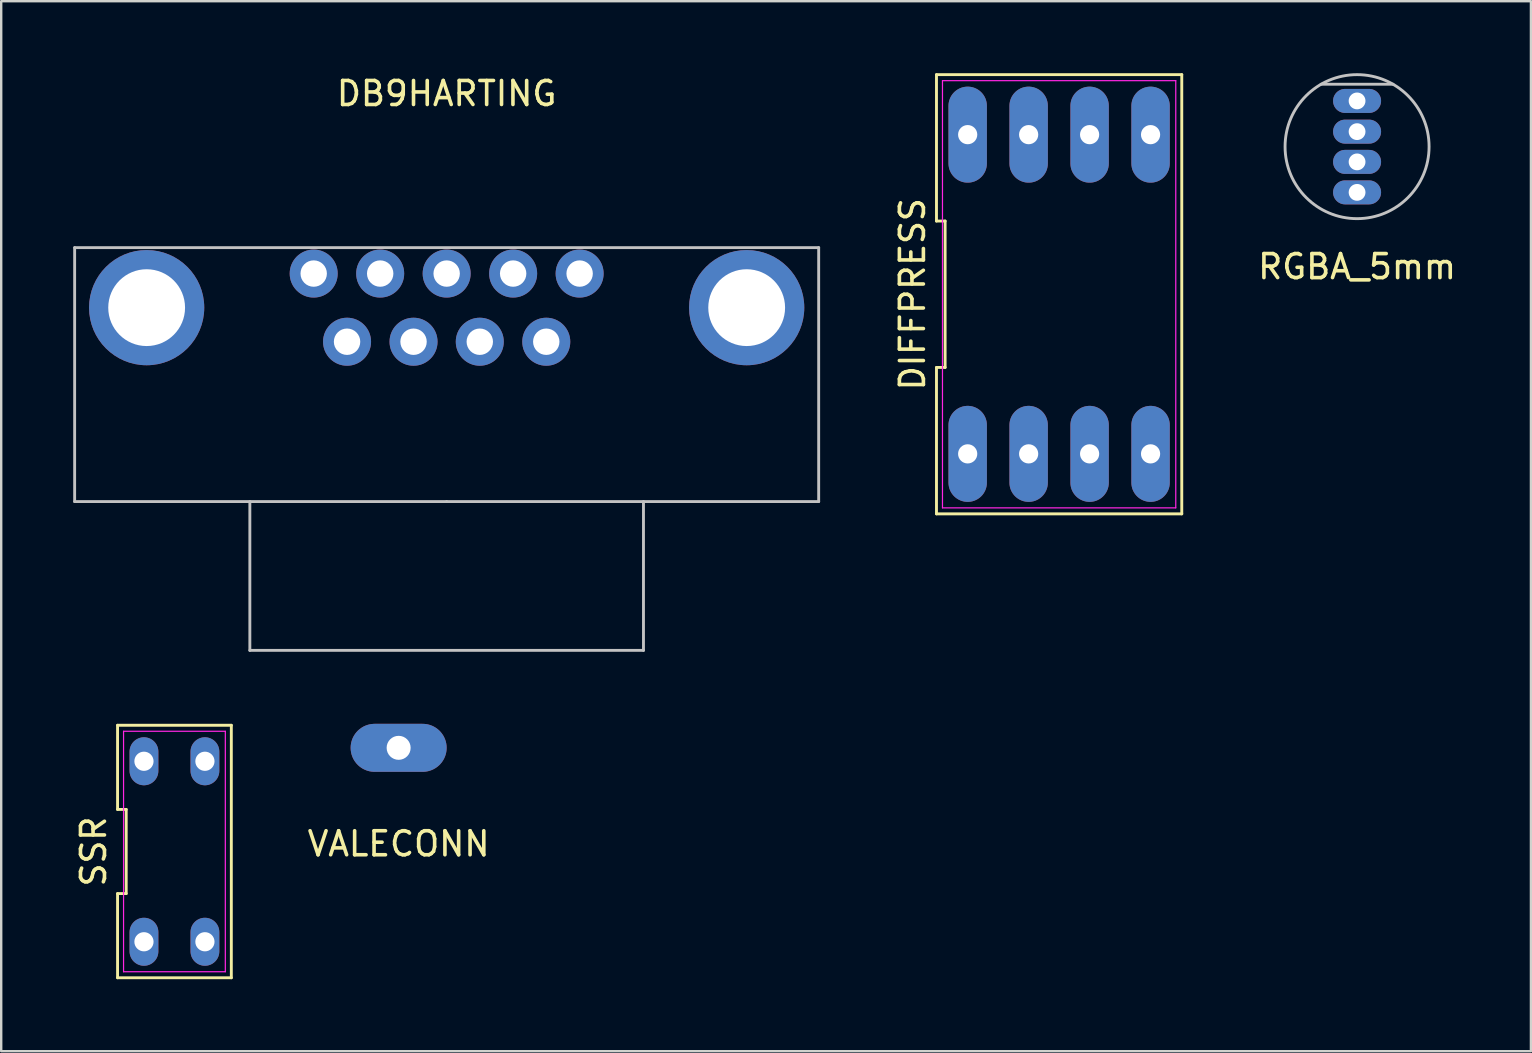
<source format=kicad_pcb>
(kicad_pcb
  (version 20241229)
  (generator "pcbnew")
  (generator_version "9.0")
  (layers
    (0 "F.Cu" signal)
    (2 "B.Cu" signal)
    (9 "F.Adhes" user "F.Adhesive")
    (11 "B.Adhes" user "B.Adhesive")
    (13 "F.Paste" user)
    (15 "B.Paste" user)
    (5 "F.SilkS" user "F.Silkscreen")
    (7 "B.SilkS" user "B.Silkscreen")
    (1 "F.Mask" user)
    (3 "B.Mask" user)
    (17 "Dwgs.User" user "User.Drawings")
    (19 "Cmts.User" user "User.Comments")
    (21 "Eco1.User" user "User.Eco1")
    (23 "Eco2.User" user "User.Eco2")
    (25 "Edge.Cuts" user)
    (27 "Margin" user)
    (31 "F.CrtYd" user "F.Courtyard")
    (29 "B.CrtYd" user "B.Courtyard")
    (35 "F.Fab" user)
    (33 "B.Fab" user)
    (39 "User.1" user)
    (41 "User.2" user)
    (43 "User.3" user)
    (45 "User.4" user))
  (footprint "VALECONN"
    (layer "F.Cu")
    (at 13.559 28.108)
    (property "Reference" "VALECONN" (at 0 4 0) (layer "F.SilkS") (effects (font (size 1 1) (thickness 0.15))))
    (attr through_hole)
    (pad "1" thru_hole oval (at 0 0) (size 4 2) (drill 1) (layers "*.Cu" "*.Mask")))
  (footprint "DB9HARTING"
    (layer "F.Cu")
    (at 15.56 8.348)
    (property "Reference" "DB9HARTING" (at 0 -7.5 0) (layer "F.SilkS") (effects (font (size 1 1) (thickness 0.15))))
    (attr through_hole)
    (fp_line (start -15.5 -1.08) (end -15.5 9.5) (stroke (width 0.12) (type solid)) (layer "Dwgs.User"))
    (fp_line (start -8.2 9.5) (end -8.2 15.7) (stroke (width 0.12) (type solid)) (layer "Dwgs.User"))
    (fp_line (start 0 9.5) (end -15.5 9.5) (stroke (width 0.12) (type solid)) (layer "Dwgs.User"))
    (fp_line (start 0 9.5) (end 15.5 9.5) (stroke (width 0.12) (type solid)) (layer "Dwgs.User"))
    (fp_line (start 8.2 9.5) (end 8.2 15.7) (stroke (width 0.12) (type solid)) (layer "Dwgs.User"))
    (fp_line (start 8.2 15.7) (end -8.2 15.7) (stroke (width 0.12) (type solid)) (layer "Dwgs.User"))
    (fp_line (start 15.5 -1.08) (end -15.5 -1.08) (stroke (width 0.12) (type solid)) (layer "Dwgs.User"))
    (fp_line (start 15.5 -1.08) (end 15.5 9.5) (stroke (width 0.12) (type solid)) (layer "Dwgs.User"))
    (pad "1" thru_hole circle (at 5.54 0) (size 2 2) (drill 1.1) (layers "*.Cu" "*.Mask"))
    (pad "2" thru_hole circle (at 2.77 0) (size 2 2) (drill 1.1) (layers "*.Cu" "*.Mask"))
    (pad "3" thru_hole circle (at 0 0) (size 2 2) (drill 1.1) (layers "*.Cu" "*.Mask"))
    (pad "4" thru_hole circle (at -2.77 0) (size 2 2) (drill 1.1) (layers "*.Cu" "*.Mask"))
    (pad "5" thru_hole circle (at -5.54 0) (size 2 2) (drill 1.1) (layers "*.Cu" "*.Mask"))
    (pad "6" thru_hole circle (at 4.15 2.84) (size 2 2) (drill 1.1) (layers "*.Cu" "*.Mask"))
    (pad "7" thru_hole circle (at 1.38 2.84) (size 2 2) (drill 1.1) (layers "*.Cu" "*.Mask"))
    (pad "8" thru_hole circle (at -1.38 2.84) (size 2 2) (drill 1.1) (layers "*.Cu" "*.Mask"))
    (pad "9" thru_hole circle (at -4.15 2.84) (size 2 2) (drill 1.1) (layers "*.Cu" "*.Mask"))
    (pad "10" thru_hole circle (at 12.5 1.42) (size 4.8 4.8) (drill 3.2) (layers "*.Cu" "*.Mask"))
    (pad "11" thru_hole circle (at -12.5 1.42) (size 4.8 4.8) (drill 3.2) (layers "*.Cu" "*.Mask")))
  (footprint "SSR"
    (layer "F.Cu")
    (at 4.218 32.428)
    (property "Reference" "SSR" (at -3.37 0 90) (layer "F.SilkS") (effects (font (size 1 1) (thickness 0.15))))
    (attr through_hole)
    (fp_line (start -2.37 -1.753) (end -2.01 -1.753) (stroke (width 0.12) (type solid)) (layer "F.SilkS"))
    (fp_line (start -2.37 1.753) (end -2.37 5.26) (stroke (width 0.12) (type solid)) (layer "F.SilkS"))
    (fp_line (start -2.37 5.26) (end 2.37 5.26) (stroke (width 0.12) (type solid)) (layer "F.SilkS"))
    (fp_line (start -2.37 -5.26) (end -2.37 -1.753) (stroke (width 0.12) (type solid)) (layer "F.SilkS"))
    (fp_line (start -2.01 -1.753) (end -2.01 1.753) (stroke (width 0.12) (type solid)) (layer "F.SilkS"))
    (fp_line (start -2.01 1.753) (end -2.37 1.753) (stroke (width 0.12) (type solid)) (layer "F.SilkS"))
    (fp_line (start 2.37 5.26) (end 2.37 -5.26) (stroke (width 0.12) (type solid)) (layer "F.SilkS"))
    (fp_line (start 2.37 -5.26) (end -2.37 -5.26) (stroke (width 0.12) (type solid)) (layer "F.SilkS"))
    (fp_line (start -2.12 -5.01) (end 2.12 -5.01) (stroke (width 0.05) (type solid)) (layer "F.CrtYd"))
    (fp_line (start -2.12 5.01) (end -2.12 -5.01) (stroke (width 0.05) (type solid)) (layer "F.CrtYd"))
    (fp_line (start 2.12 -5.01) (end 2.12 5.01) (stroke (width 0.05) (type solid)) (layer "F.CrtYd"))
    (fp_line (start 2.12 5.01) (end -2.12 5.01) (stroke (width 0.05) (type solid)) (layer "F.CrtYd"))
    (pad "1" thru_hole oval (at -1.27 3.76) (size 1.2 2) (drill 0.8) (layers "*.Cu" "*.Mask"))
    (pad "2" thru_hole oval (at 1.27 3.76) (size 1.2 2) (drill 0.8) (layers "*.Cu" "*.Mask"))
    (pad "3" thru_hole oval (at 1.27 -3.76) (size 1.2 2) (drill 0.8) (layers "*.Cu" "*.Mask"))
    (pad "4" thru_hole oval (at -1.27 -3.76) (size 1.2 2) (drill 0.8) (layers "*.Cu" "*.Mask")))
  (footprint "RGBA_5mm"
    (layer "F.Cu")
    (at 53.492 3.06)
    (property "Reference" "RGBA_5mm" (at 0 5 0) (layer "F.SilkS") (effects (font (size 1 1) (thickness 0.15))))
    (attr through_hole)
    (fp_line (start -1.5 -2.6) (end 1.5 -2.6) (stroke (width 0.12) (type solid)) (layer "Dwgs.User"))
    (fp_circle (center 0 0) (end 3 0) (stroke (width 0.12) (type solid)) (fill no) (layer "Dwgs.User"))
    (pad "1" thru_hole oval (at 0 -1.905) (size 2 1) (drill 0.7) (layers "*.Cu" "*.Mask"))
    (pad "2" thru_hole oval (at 0 -0.625) (size 2 1) (drill 0.7) (layers "*.Cu" "*.Mask"))
    (pad "3" thru_hole oval (at 0 0.635) (size 2 1) (drill 0.7) (layers "*.Cu" "*.Mask"))
    (pad "4" thru_hole oval (at 0 1.905) (size 2 1) (drill 0.7) (layers "*.Cu" "*.Mask")))
  (footprint "DIFFPRESS"
    (layer "F.Cu")
    (at 41.078 9.21)
    (property "Reference" "DIFFPRESS" (at -6.11 0 90) (layer "F.SilkS") (effects (font (size 1 1) (thickness 0.15))))
    (attr through_hole)
    (fp_line (start -5.11 -3.05) (end -4.75 -3.05) (stroke (width 0.12) (type solid)) (layer "F.SilkS"))
    (fp_line (start -5.11 3.05) (end -5.11 9.15) (stroke (width 0.12) (type solid)) (layer "F.SilkS"))
    (fp_line (start -5.11 9.15) (end 5.11 9.15) (stroke (width 0.12) (type solid)) (layer "F.SilkS"))
    (fp_line (start -5.11 -9.15) (end -5.11 -3.05) (stroke (width 0.12) (type solid)) (layer "F.SilkS"))
    (fp_line (start -4.75 -3.05) (end -4.75 3.05) (stroke (width 0.12) (type solid)) (layer "F.SilkS"))
    (fp_line (start -4.75 3.05) (end -5.11 3.05) (stroke (width 0.12) (type solid)) (layer "F.SilkS"))
    (fp_line (start 5.11 9.15) (end 5.11 -9.15) (stroke (width 0.12) (type solid)) (layer "F.SilkS"))
    (fp_line (start 5.11 -9.15) (end -5.11 -9.15) (stroke (width 0.12) (type solid)) (layer "F.SilkS"))
    (fp_line (start -4.86 -8.9) (end 4.86 -8.9) (stroke (width 0.05) (type solid)) (layer "F.CrtYd"))
    (fp_line (start -4.86 8.9) (end -4.86 -8.9) (stroke (width 0.05) (type solid)) (layer "F.CrtYd"))
    (fp_line (start 4.86 -8.9) (end 4.86 8.9) (stroke (width 0.05) (type solid)) (layer "F.CrtYd"))
    (fp_line (start 4.86 8.9) (end -4.86 8.9) (stroke (width 0.05) (type solid)) (layer "F.CrtYd"))
    (pad "1" thru_hole oval (at -3.81 6.65) (size 1.6 4) (drill 0.8) (layers "*.Cu" "*.Mask"))
    (pad "2" thru_hole oval (at -1.27 6.65) (size 1.6 4) (drill 0.8) (layers "*.Cu" "*.Mask"))
    (pad "3" thru_hole oval (at 1.27 6.65) (size 1.6 4) (drill 0.8) (layers "*.Cu" "*.Mask"))
    (pad "4" thru_hole oval (at 3.81 6.65) (size 1.6 4) (drill 0.8) (layers "*.Cu" "*.Mask"))
    (pad "5" thru_hole oval (at 3.81 -6.65) (size 1.6 4) (drill 0.8) (layers "*.Cu" "*.Mask"))
    (pad "6" thru_hole oval (at 1.27 -6.65) (size 1.6 4) (drill 0.8) (layers "*.Cu" "*.Mask"))
    (pad "7" thru_hole oval (at -1.27 -6.65) (size 1.6 4) (drill 0.8) (layers "*.Cu" "*.Mask"))
    (pad "8" thru_hole oval (at -3.81 -6.65) (size 1.6 4) (drill 0.8) (layers "*.Cu" "*.Mask")))
  (gr_rect
    (start -3 -3)
    (end 60.736 40.748)
    (stroke (width 0.1) (type default))
    (fill no)
    (layer "Edge.Cuts")))
</source>
